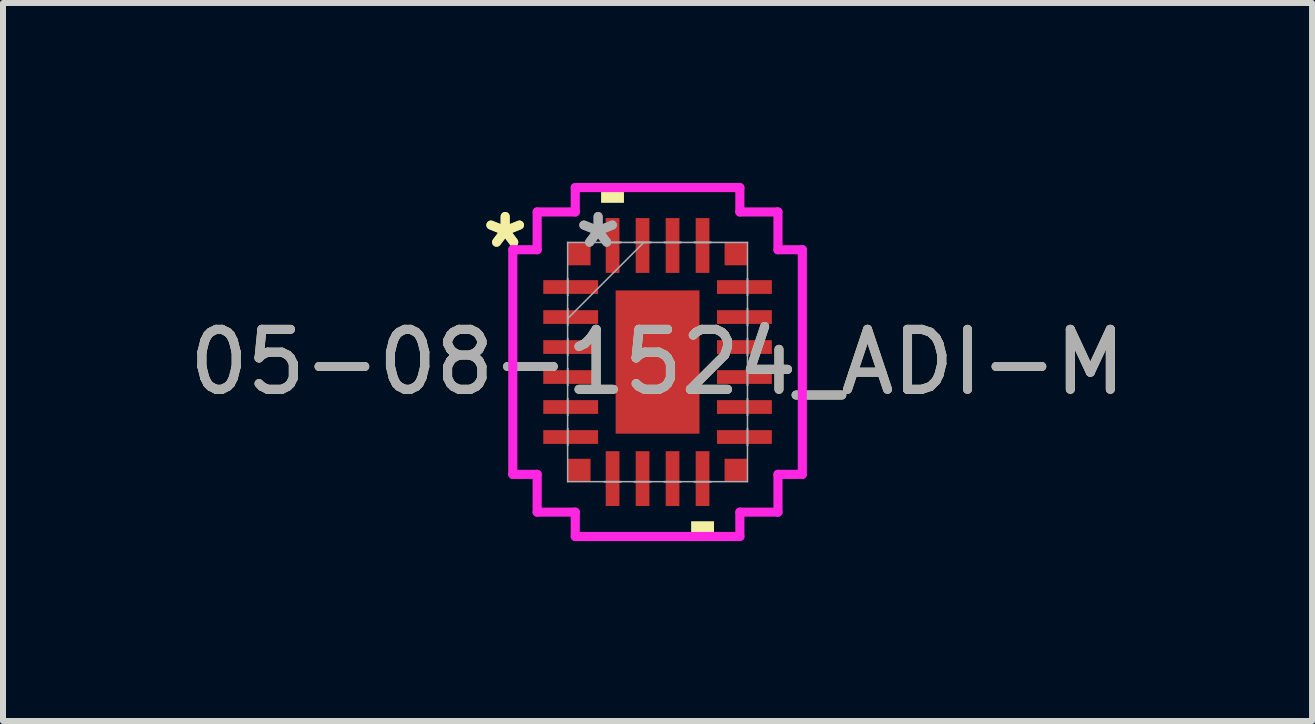
<source format=kicad_pcb>
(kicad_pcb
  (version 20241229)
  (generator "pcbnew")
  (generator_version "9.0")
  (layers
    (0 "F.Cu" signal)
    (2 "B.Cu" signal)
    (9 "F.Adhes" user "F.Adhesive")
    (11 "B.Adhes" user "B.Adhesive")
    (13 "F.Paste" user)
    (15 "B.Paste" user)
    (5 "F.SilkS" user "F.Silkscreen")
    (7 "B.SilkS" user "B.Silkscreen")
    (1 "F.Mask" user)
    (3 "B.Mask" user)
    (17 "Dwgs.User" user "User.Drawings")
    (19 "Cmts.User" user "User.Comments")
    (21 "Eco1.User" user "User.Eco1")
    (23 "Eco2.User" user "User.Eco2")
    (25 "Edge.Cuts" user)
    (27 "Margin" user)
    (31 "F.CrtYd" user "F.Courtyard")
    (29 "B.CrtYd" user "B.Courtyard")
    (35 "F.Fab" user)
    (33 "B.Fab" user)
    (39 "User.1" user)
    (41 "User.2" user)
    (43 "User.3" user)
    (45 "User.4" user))
  (footprint "05-08-1524_ADI-M"
    (layer "F.Cu")
    (at 7.911 2.985)
    (property "Reference" "05-08-1524_ADI-M" (at 0 0 0) (unlocked yes) (layer "F.SilkS") (effects (font (size 1 1) (thickness 0.15))))
    (attr smd)
    (fp_poly (pts (xy -0.941 -2.654) (xy -0.941 -2.908) (xy -0.56 -2.908) (xy -0.56 -2.654)) (stroke (width 0) (type solid)) (fill yes) (layer "F.SilkS"))
    (fp_poly (pts (xy 0.56 2.654) (xy 0.56 2.908) (xy 0.941 2.908) (xy 0.941 2.654)) (stroke (width 0) (type solid)) (fill yes) (layer "F.SilkS"))
    (fp_line (start -2.413 -1.872) (end -2.007 -1.872) (stroke (width 0.152) (type solid)) (layer "F.CrtYd"))
    (fp_line (start -2.413 1.872) (end -2.413 -1.872) (stroke (width 0.152) (type solid)) (layer "F.CrtYd"))
    (fp_line (start -2.413 1.872) (end -2.007 1.872) (stroke (width 0.152) (type solid)) (layer "F.CrtYd"))
    (fp_line (start -2.007 -2.502) (end -1.372 -2.502) (stroke (width 0.152) (type solid)) (layer "F.CrtYd"))
    (fp_line (start -2.007 -1.872) (end -2.007 -2.502) (stroke (width 0.152) (type solid)) (layer "F.CrtYd"))
    (fp_line (start -2.007 2.502) (end -2.007 1.872) (stroke (width 0.152) (type solid)) (layer "F.CrtYd"))
    (fp_line (start -1.372 -2.908) (end 1.372 -2.908) (stroke (width 0.152) (type solid)) (layer "F.CrtYd"))
    (fp_line (start -1.372 -2.502) (end -1.372 -2.908) (stroke (width 0.152) (type solid)) (layer "F.CrtYd"))
    (fp_line (start -1.372 2.502) (end -2.007 2.502) (stroke (width 0.152) (type solid)) (layer "F.CrtYd"))
    (fp_line (start -1.372 2.908) (end -1.372 2.502) (stroke (width 0.152) (type solid)) (layer "F.CrtYd"))
    (fp_line (start 1.372 -2.908) (end 1.372 -2.502) (stroke (width 0.152) (type solid)) (layer "F.CrtYd"))
    (fp_line (start 1.372 -2.502) (end 2.007 -2.502) (stroke (width 0.152) (type solid)) (layer "F.CrtYd"))
    (fp_line (start 1.372 2.502) (end 1.372 2.908) (stroke (width 0.152) (type solid)) (layer "F.CrtYd"))
    (fp_line (start 1.372 2.908) (end -1.372 2.908) (stroke (width 0.152) (type solid)) (layer "F.CrtYd"))
    (fp_line (start 2.007 -2.502) (end 2.007 -1.872) (stroke (width 0.152) (type solid)) (layer "F.CrtYd"))
    (fp_line (start 2.007 -1.872) (end 2.413 -1.872) (stroke (width 0.152) (type solid)) (layer "F.CrtYd"))
    (fp_line (start 2.007 1.872) (end 2.007 2.502) (stroke (width 0.152) (type solid)) (layer "F.CrtYd"))
    (fp_line (start 2.007 2.502) (end 1.372 2.502) (stroke (width 0.152) (type solid)) (layer "F.CrtYd"))
    (fp_line (start 2.413 -1.872) (end 2.413 1.872) (stroke (width 0.152) (type solid)) (layer "F.CrtYd"))
    (fp_line (start 2.413 1.872) (end 2.007 1.872) (stroke (width 0.152) (type solid)) (layer "F.CrtYd"))
    (fp_line (start -1.499 -1.994) (end -1.499 1.994) (stroke (width 0.025) (type solid)) (layer "F.Fab"))
    (fp_line (start -1.499 -1.39) (end -1.499 -1.39) (stroke (width 0.025) (type solid)) (layer "F.Fab"))
    (fp_line (start -1.499 -1.39) (end -1.499 -1.11) (stroke (width 0.025) (type solid)) (layer "F.Fab"))
    (fp_line (start -1.499 -1.11) (end -1.499 -1.39) (stroke (width 0.025) (type solid)) (layer "F.Fab"))
    (fp_line (start -1.499 -1.11) (end -1.499 -1.11) (stroke (width 0.025) (type solid)) (layer "F.Fab"))
    (fp_line (start -1.499 -0.89) (end -1.499 -0.89) (stroke (width 0.025) (type solid)) (layer "F.Fab"))
    (fp_line (start -1.499 -0.89) (end -1.499 -0.61) (stroke (width 0.025) (type solid)) (layer "F.Fab"))
    (fp_line (start -1.499 -0.724) (end -0.229 -1.994) (stroke (width 0.025) (type solid)) (layer "F.Fab"))
    (fp_line (start -1.499 -0.61) (end -1.499 -0.89) (stroke (width 0.025) (type solid)) (layer "F.Fab"))
    (fp_line (start -1.499 -0.61) (end -1.499 -0.61) (stroke (width 0.025) (type solid)) (layer "F.Fab"))
    (fp_line (start -1.499 -0.39) (end -1.499 -0.39) (stroke (width 0.025) (type solid)) (layer "F.Fab"))
    (fp_line (start -1.499 -0.39) (end -1.499 -0.11) (stroke (width 0.025) (type solid)) (layer "F.Fab"))
    (fp_line (start -1.499 -0.11) (end -1.499 -0.39) (stroke (width 0.025) (type solid)) (layer "F.Fab"))
    (fp_line (start -1.499 -0.11) (end -1.499 -0.11) (stroke (width 0.025) (type solid)) (layer "F.Fab"))
    (fp_line (start -1.499 0.11) (end -1.499 0.11) (stroke (width 0.025) (type solid)) (layer "F.Fab"))
    (fp_line (start -1.499 0.11) (end -1.499 0.39) (stroke (width 0.025) (type solid)) (layer "F.Fab"))
    (fp_line (start -1.499 0.39) (end -1.499 0.11) (stroke (width 0.025) (type solid)) (layer "F.Fab"))
    (fp_line (start -1.499 0.39) (end -1.499 0.39) (stroke (width 0.025) (type solid)) (layer "F.Fab"))
    (fp_line (start -1.499 0.61) (end -1.499 0.61) (stroke (width 0.025) (type solid)) (layer "F.Fab"))
    (fp_line (start -1.499 0.61) (end -1.499 0.89) (stroke (width 0.025) (type solid)) (layer "F.Fab"))
    (fp_line (start -1.499 0.89) (end -1.499 0.61) (stroke (width 0.025) (type solid)) (layer "F.Fab"))
    (fp_line (start -1.499 0.89) (end -1.499 0.89) (stroke (width 0.025) (type solid)) (layer "F.Fab"))
    (fp_line (start -1.499 1.11) (end -1.499 1.11) (stroke (width 0.025) (type solid)) (layer "F.Fab"))
    (fp_line (start -1.499 1.11) (end -1.499 1.39) (stroke (width 0.025) (type solid)) (layer "F.Fab"))
    (fp_line (start -1.499 1.39) (end -1.499 1.11) (stroke (width 0.025) (type solid)) (layer "F.Fab"))
    (fp_line (start -1.499 1.39) (end -1.499 1.39) (stroke (width 0.025) (type solid)) (layer "F.Fab"))
    (fp_line (start -1.499 1.994) (end 1.499 1.994) (stroke (width 0.025) (type solid)) (layer "F.Fab"))
    (fp_line (start -0.89 -1.994) (end -0.89 -1.994) (stroke (width 0.025) (type solid)) (layer "F.Fab"))
    (fp_line (start -0.89 -1.994) (end -0.61 -1.994) (stroke (width 0.025) (type solid)) (layer "F.Fab"))
    (fp_line (start -0.89 1.994) (end -0.89 1.994) (stroke (width 0.025) (type solid)) (layer "F.Fab"))
    (fp_line (start -0.89 1.994) (end -0.61 1.994) (stroke (width 0.025) (type solid)) (layer "F.Fab"))
    (fp_line (start -0.61 -1.994) (end -0.89 -1.994) (stroke (width 0.025) (type solid)) (layer "F.Fab"))
    (fp_line (start -0.61 -1.994) (end -0.61 -1.994) (stroke (width 0.025) (type solid)) (layer "F.Fab"))
    (fp_line (start -0.61 1.994) (end -0.89 1.994) (stroke (width 0.025) (type solid)) (layer "F.Fab"))
    (fp_line (start -0.61 1.994) (end -0.61 1.994) (stroke (width 0.025) (type solid)) (layer "F.Fab"))
    (fp_line (start -0.39 -1.994) (end -0.39 -1.994) (stroke (width 0.025) (type solid)) (layer "F.Fab"))
    (fp_line (start -0.39 -1.994) (end -0.11 -1.994) (stroke (width 0.025) (type solid)) (layer "F.Fab"))
    (fp_line (start -0.39 1.994) (end -0.39 1.994) (stroke (width 0.025) (type solid)) (layer "F.Fab"))
    (fp_line (start -0.39 1.994) (end -0.11 1.994) (stroke (width 0.025) (type solid)) (layer "F.Fab"))
    (fp_line (start -0.11 -1.994) (end -0.39 -1.994) (stroke (width 0.025) (type solid)) (layer "F.Fab"))
    (fp_line (start -0.11 -1.994) (end -0.11 -1.994) (stroke (width 0.025) (type solid)) (layer "F.Fab"))
    (fp_line (start -0.11 1.994) (end -0.39 1.994) (stroke (width 0.025) (type solid)) (layer "F.Fab"))
    (fp_line (start -0.11 1.994) (end -0.11 1.994) (stroke (width 0.025) (type solid)) (layer "F.Fab"))
    (fp_line (start 0.11 -1.994) (end 0.11 -1.994) (stroke (width 0.025) (type solid)) (layer "F.Fab"))
    (fp_line (start 0.11 -1.994) (end 0.39 -1.994) (stroke (width 0.025) (type solid)) (layer "F.Fab"))
    (fp_line (start 0.11 1.994) (end 0.11 1.994) (stroke (width 0.025) (type solid)) (layer "F.Fab"))
    (fp_line (start 0.11 1.994) (end 0.39 1.994) (stroke (width 0.025) (type solid)) (layer "F.Fab"))
    (fp_line (start 0.39 -1.994) (end 0.11 -1.994) (stroke (width 0.025) (type solid)) (layer "F.Fab"))
    (fp_line (start 0.39 -1.994) (end 0.39 -1.994) (stroke (width 0.025) (type solid)) (layer "F.Fab"))
    (fp_line (start 0.39 1.994) (end 0.11 1.994) (stroke (width 0.025) (type solid)) (layer "F.Fab"))
    (fp_line (start 0.39 1.994) (end 0.39 1.994) (stroke (width 0.025) (type solid)) (layer "F.Fab"))
    (fp_line (start 0.61 -1.994) (end 0.61 -1.994) (stroke (width 0.025) (type solid)) (layer "F.Fab"))
    (fp_line (start 0.61 -1.994) (end 0.89 -1.994) (stroke (width 0.025) (type solid)) (layer "F.Fab"))
    (fp_line (start 0.61 1.994) (end 0.61 1.994) (stroke (width 0.025) (type solid)) (layer "F.Fab"))
    (fp_line (start 0.61 1.994) (end 0.89 1.994) (stroke (width 0.025) (type solid)) (layer "F.Fab"))
    (fp_line (start 0.89 -1.994) (end 0.61 -1.994) (stroke (width 0.025) (type solid)) (layer "F.Fab"))
    (fp_line (start 0.89 -1.994) (end 0.89 -1.994) (stroke (width 0.025) (type solid)) (layer "F.Fab"))
    (fp_line (start 0.89 1.994) (end 0.61 1.994) (stroke (width 0.025) (type solid)) (layer "F.Fab"))
    (fp_line (start 0.89 1.994) (end 0.89 1.994) (stroke (width 0.025) (type solid)) (layer "F.Fab"))
    (fp_line (start 1.499 -1.994) (end -1.499 -1.994) (stroke (width 0.025) (type solid)) (layer "F.Fab"))
    (fp_line (start 1.499 -1.39) (end 1.499 -1.39) (stroke (width 0.025) (type solid)) (layer "F.Fab"))
    (fp_line (start 1.499 -1.39) (end 1.499 -1.11) (stroke (width 0.025) (type solid)) (layer "F.Fab"))
    (fp_line (start 1.499 -1.11) (end 1.499 -1.39) (stroke (width 0.025) (type solid)) (layer "F.Fab"))
    (fp_line (start 1.499 -1.11) (end 1.499 -1.11) (stroke (width 0.025) (type solid)) (layer "F.Fab"))
    (fp_line (start 1.499 -0.89) (end 1.499 -0.89) (stroke (width 0.025) (type solid)) (layer "F.Fab"))
    (fp_line (start 1.499 -0.89) (end 1.499 -0.61) (stroke (width 0.025) (type solid)) (layer "F.Fab"))
    (fp_line (start 1.499 -0.61) (end 1.499 -0.89) (stroke (width 0.025) (type solid)) (layer "F.Fab"))
    (fp_line (start 1.499 -0.61) (end 1.499 -0.61) (stroke (width 0.025) (type solid)) (layer "F.Fab"))
    (fp_line (start 1.499 -0.39) (end 1.499 -0.39) (stroke (width 0.025) (type solid)) (layer "F.Fab"))
    (fp_line (start 1.499 -0.39) (end 1.499 -0.11) (stroke (width 0.025) (type solid)) (layer "F.Fab"))
    (fp_line (start 1.499 -0.11) (end 1.499 -0.39) (stroke (width 0.025) (type solid)) (layer "F.Fab"))
    (fp_line (start 1.499 -0.11) (end 1.499 -0.11) (stroke (width 0.025) (type solid)) (layer "F.Fab"))
    (fp_line (start 1.499 0.11) (end 1.499 0.11) (stroke (width 0.025) (type solid)) (layer "F.Fab"))
    (fp_line (start 1.499 0.11) (end 1.499 0.39) (stroke (width 0.025) (type solid)) (layer "F.Fab"))
    (fp_line (start 1.499 0.39) (end 1.499 0.11) (stroke (width 0.025) (type solid)) (layer "F.Fab"))
    (fp_line (start 1.499 0.39) (end 1.499 0.39) (stroke (width 0.025) (type solid)) (layer "F.Fab"))
    (fp_line (start 1.499 0.61) (end 1.499 0.61) (stroke (width 0.025) (type solid)) (layer "F.Fab"))
    (fp_line (start 1.499 0.61) (end 1.499 0.89) (stroke (width 0.025) (type solid)) (layer "F.Fab"))
    (fp_line (start 1.499 0.89) (end 1.499 0.61) (stroke (width 0.025) (type solid)) (layer "F.Fab"))
    (fp_line (start 1.499 0.89) (end 1.499 0.89) (stroke (width 0.025) (type solid)) (layer "F.Fab"))
    (fp_line (start 1.499 1.11) (end 1.499 1.11) (stroke (width 0.025) (type solid)) (layer "F.Fab"))
    (fp_line (start 1.499 1.11) (end 1.499 1.39) (stroke (width 0.025) (type solid)) (layer "F.Fab"))
    (fp_line (start 1.499 1.39) (end 1.499 1.11) (stroke (width 0.025) (type solid)) (layer "F.Fab"))
    (fp_line (start 1.499 1.39) (end 1.499 1.39) (stroke (width 0.025) (type solid)) (layer "F.Fab"))
    (fp_line (start 1.499 1.994) (end 1.499 -1.994) (stroke (width 0.025) (type solid)) (layer "F.Fab"))
    (fp_text user "*" (at -2.54 -1.881 0) (layer "F.SilkS") (effects (font (size 1 1) (thickness 0.15))))
    (fp_text user "*" (at -2.54 -1.881 0) (unlocked yes) (layer "F.SilkS") (effects (font (size 1 1) (thickness 0.15))))
    (fp_text user "${REFERENCE}" (at 0 0 0) (unlocked yes) (layer "F.Fab") (effects (font (size 1 1) (thickness 0.15))))
    (fp_text user "*" (at -0.991 -1.881 0) (unlocked yes) (layer "F.Fab") (effects (font (size 1 1) (thickness 0.15))))
    (fp_text user "*" (at -0.991 -1.881 0) (layer "F.Fab") (effects (font (size 1 1) (thickness 0.15))))
    (pad "1" smd rect (at -1.448 -1.25 90) (size 0.229 0.914) (layers "F.Cu" "F.Mask" "F.Paste"))
    (pad "2" smd rect (at -1.448 -0.75 90) (size 0.229 0.914) (layers "F.Cu" "F.Mask" "F.Paste"))
    (pad "3" smd rect (at -1.448 -0.25 90) (size 0.229 0.914) (layers "F.Cu" "F.Mask" "F.Paste"))
    (pad "4" smd rect (at -1.448 0.25 90) (size 0.229 0.914) (layers "F.Cu" "F.Mask" "F.Paste"))
    (pad "5" smd rect (at -1.448 0.75 90) (size 0.229 0.914) (layers "F.Cu" "F.Mask" "F.Paste"))
    (pad "6" smd rect (at -1.448 1.25 90) (size 0.229 0.914) (layers "F.Cu" "F.Mask" "F.Paste"))
    (pad "7" smd rect (at -0.75 1.943) (size 0.229 0.914) (layers "F.Cu" "F.Mask" "F.Paste"))
    (pad "8" smd rect (at -0.25 1.943) (size 0.229 0.914) (layers "F.Cu" "F.Mask" "F.Paste"))
    (pad "9" smd rect (at 0.25 1.943) (size 0.229 0.914) (layers "F.Cu" "F.Mask" "F.Paste"))
    (pad "10" smd rect (at 0.75 1.943) (size 0.229 0.914) (layers "F.Cu" "F.Mask" "F.Paste"))
    (pad "11" smd rect (at 1.448 1.25 90) (size 0.229 0.914) (layers "F.Cu" "F.Mask" "F.Paste"))
    (pad "12" smd rect (at 1.448 0.75 90) (size 0.229 0.914) (layers "F.Cu" "F.Mask" "F.Paste"))
    (pad "13" smd rect (at 1.448 0.25 90) (size 0.229 0.914) (layers "F.Cu" "F.Mask" "F.Paste"))
    (pad "14" smd rect (at 1.448 -0.25 90) (size 0.229 0.914) (layers "F.Cu" "F.Mask" "F.Paste"))
    (pad "15" smd rect (at 1.448 -0.75 90) (size 0.229 0.914) (layers "F.Cu" "F.Mask" "F.Paste"))
    (pad "16" smd rect (at 1.448 -1.25 90) (size 0.229 0.914) (layers "F.Cu" "F.Mask" "F.Paste"))
    (pad "17" smd rect (at 0.75 -1.943) (size 0.229 0.914) (layers "F.Cu" "F.Mask" "F.Paste"))
    (pad "18" smd rect (at 0.25 -1.943) (size 0.229 0.914) (layers "F.Cu" "F.Mask" "F.Paste"))
    (pad "19" smd rect (at -0.25 -1.943) (size 0.229 0.914) (layers "F.Cu" "F.Mask" "F.Paste"))
    (pad "20" smd rect (at -0.75 -1.943) (size 0.229 0.914) (layers "F.Cu" "F.Mask" "F.Paste"))
    (pad "21" smd rect (at 0 0) (size 1.397 2.388) (layers "F.Cu" "F.Mask" "F.Paste"))
    (pad "22" smd rect (at -1.308 -1.803) (size 0.381 0.381) (layers "F.Cu" "F.Mask" "F.Paste"))
    (pad "23" smd rect (at -1.308 1.803) (size 0.381 0.381) (layers "F.Cu" "F.Mask" "F.Paste"))
    (pad "24" smd rect (at 1.308 1.803) (size 0.381 0.381) (layers "F.Cu" "F.Mask" "F.Paste"))
    (pad "25" smd rect (at 1.308 -1.803) (size 0.381 0.381) (layers "F.Cu" "F.Mask" "F.Paste")))
  (gr_rect
    (start -3 -3)
    (end 18.821 8.969)
    (stroke (width 0.1) (type default))
    (fill no)
    (layer "Edge.Cuts")))
</source>
